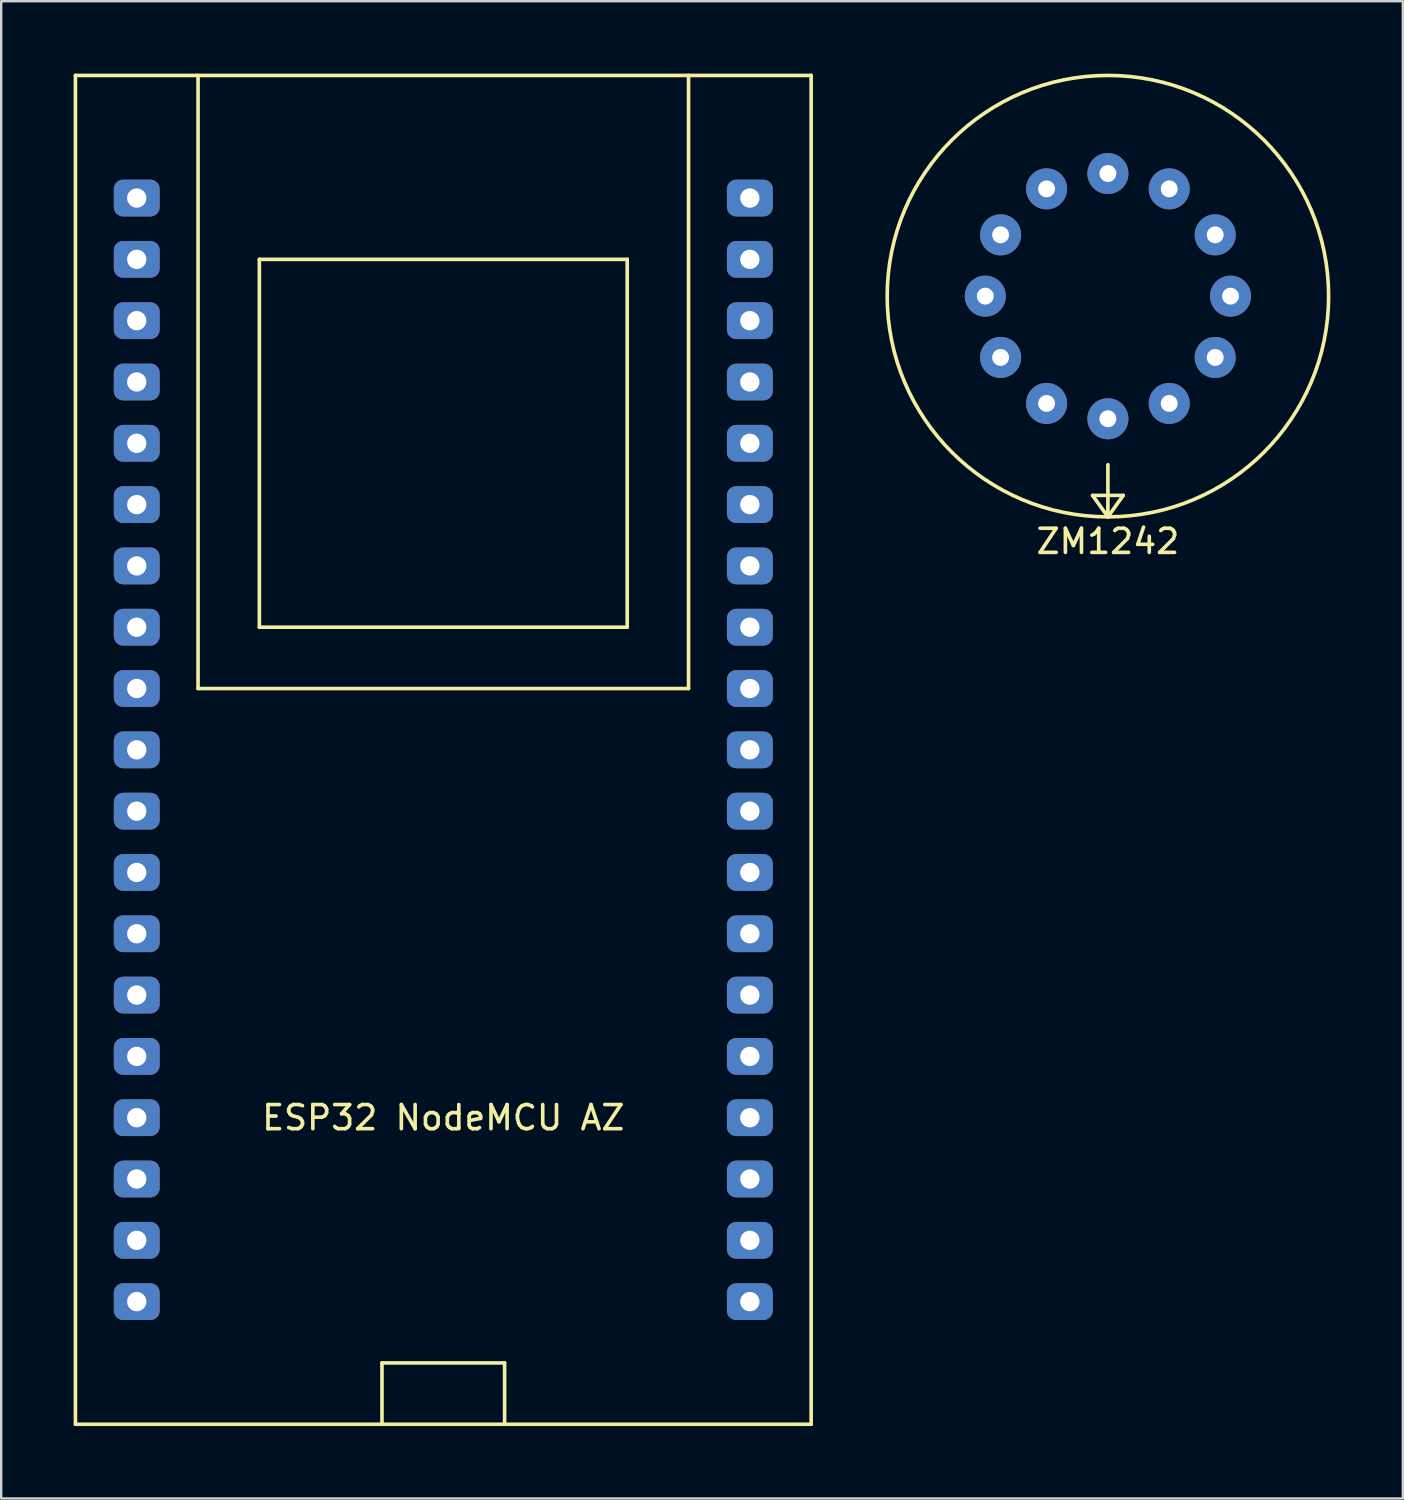
<source format=kicad_pcb>
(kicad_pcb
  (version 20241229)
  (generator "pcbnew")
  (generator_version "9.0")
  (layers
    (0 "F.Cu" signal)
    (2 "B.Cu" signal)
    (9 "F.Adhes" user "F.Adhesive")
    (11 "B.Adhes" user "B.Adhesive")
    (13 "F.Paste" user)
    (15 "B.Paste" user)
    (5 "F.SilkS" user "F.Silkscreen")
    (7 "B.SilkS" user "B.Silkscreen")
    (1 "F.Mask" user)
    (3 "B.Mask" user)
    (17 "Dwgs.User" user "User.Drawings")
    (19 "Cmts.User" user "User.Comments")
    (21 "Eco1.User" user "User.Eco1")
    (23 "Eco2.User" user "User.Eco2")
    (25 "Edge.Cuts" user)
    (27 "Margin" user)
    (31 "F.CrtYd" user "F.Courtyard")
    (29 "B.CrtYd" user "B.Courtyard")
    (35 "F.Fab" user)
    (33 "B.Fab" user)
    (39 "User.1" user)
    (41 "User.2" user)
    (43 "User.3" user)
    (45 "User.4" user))
  (footprint "ZM1242"
    (layer "F.Cu")
    (at 42.849 9.219)
    (property "Reference" "ZM1242" (at 0 10.16 0) (layer "F.SilkS") (effects (font (size 1 1) (thickness 0.15))))
    (attr through_hole)
    (fp_line (start -0.635 8.255) (end 0.635 8.255) (stroke (width 0.15) (type solid)) (layer "F.SilkS"))
    (fp_line (start 0 6.985) (end 0 9.144) (stroke (width 0.15) (type solid)) (layer "F.SilkS"))
    (fp_line (start 0 9.144) (end -0.635 8.255) (stroke (width 0.15) (type solid)) (layer "F.SilkS"))
    (fp_line (start 0.635 8.255) (end 0 9.144) (stroke (width 0.15) (type solid)) (layer "F.SilkS"))
    (fp_circle (center 0 0) (end 9.144 0) (stroke (width 0.15) (type solid)) (fill no) (layer "F.SilkS"))
    (pad "1" thru_hole circle (at -2.54 -4.445) (size 1.7 1.7) (drill 0.7) (layers "*.Cu" "*.Mask"))
    (pad "2" thru_hole circle (at -4.445 -2.54) (size 1.7 1.7) (drill 0.7) (layers "*.Cu" "*.Mask"))
    (pad "3" thru_hole circle (at -5.08 0) (size 1.7 1.7) (drill 0.7) (layers "*.Cu" "*.Mask"))
    (pad "4" thru_hole circle (at -4.445 2.54) (size 1.7 1.7) (drill 0.7) (layers "*.Cu" "*.Mask"))
    (pad "5" thru_hole circle (at -2.54 4.445) (size 1.7 1.7) (drill 0.7) (layers "*.Cu" "*.Mask"))
    (pad "6" thru_hole circle (at 0 5.08) (size 1.7 1.7) (drill 0.7) (layers "*.Cu" "*.Mask"))
    (pad "7" thru_hole circle (at 2.54 4.445) (size 1.7 1.7) (drill 0.7) (layers "*.Cu" "*.Mask"))
    (pad "8" thru_hole circle (at 4.445 2.54) (size 1.7 1.7) (drill 0.7) (layers "*.Cu" "*.Mask"))
    (pad "9" thru_hole circle (at 5.08 0) (size 1.7 1.7) (drill 0.7) (layers "*.Cu" "*.Mask"))
    (pad "10" thru_hole circle (at 4.445 -2.54) (size 1.7 1.7) (drill 0.7) (layers "*.Cu" "*.Mask"))
    (pad "11" thru_hole circle (at 2.54 -4.445) (size 1.7 1.7) (drill 0.7) (layers "*.Cu" "*.Mask"))
    (pad "12" thru_hole circle (at 0 -5.08) (size 1.7 1.7) (drill 0.7) (layers "*.Cu" "*.Mask")))
  (footprint "ESP32 NodeMCU AZ"
    (layer "F.Cu")
    (at 15.315 28.015)
    (property "Reference" "ESP32 NodeMCU AZ" (at 0 15.24 0) (layer "F.SilkS") (effects (font (size 1 1) (thickness 0.15))))
    (attr through_hole)
    (fp_line (start -15.24 -27.94) (end -15.24 27.94) (stroke (width 0.15) (type solid)) (layer "F.SilkS"))
    (fp_line (start -15.24 27.94) (end 15.24 27.94) (stroke (width 0.15) (type solid)) (layer "F.SilkS"))
    (fp_line (start -10.16 -27.94) (end -10.16 -2.54) (stroke (width 0.15) (type solid)) (layer "F.SilkS"))
    (fp_line (start -10.16 -2.54) (end 10.16 -2.54) (stroke (width 0.15) (type solid)) (layer "F.SilkS"))
    (fp_line (start -7.62 -20.32) (end 7.62 -20.32) (stroke (width 0.15) (type solid)) (layer "F.SilkS"))
    (fp_line (start -7.62 -5.08) (end -7.62 -20.32) (stroke (width 0.15) (type solid)) (layer "F.SilkS"))
    (fp_line (start -2.54 25.4) (end 2.54 25.4) (stroke (width 0.15) (type solid)) (layer "F.SilkS"))
    (fp_line (start -2.54 27.94) (end -2.54 25.4) (stroke (width 0.15) (type solid)) (layer "F.SilkS"))
    (fp_line (start 2.54 25.4) (end 2.54 27.94) (stroke (width 0.15) (type solid)) (layer "F.SilkS"))
    (fp_line (start 7.62 -20.32) (end 7.62 -5.08) (stroke (width 0.15) (type solid)) (layer "F.SilkS"))
    (fp_line (start 7.62 -5.08) (end -7.62 -5.08) (stroke (width 0.15) (type solid)) (layer "F.SilkS"))
    (fp_line (start 10.16 -2.54) (end 10.16 -27.94) (stroke (width 0.15) (type solid)) (layer "F.SilkS"))
    (fp_line (start 15.24 -27.94) (end -15.24 -27.94) (stroke (width 0.15) (type solid)) (layer "F.SilkS"))
    (fp_line (start 15.24 27.94) (end 15.24 -27.94) (stroke (width 0.15) (type solid)) (layer "F.SilkS"))
    (pad "1" thru_hole roundrect (at -12.7 -22.86) (size 1.9 1.524) (drill 0.8) (layers "*.Cu" "*.Mask") (roundrect_rratio 0.25))
    (pad "2" thru_hole roundrect (at -12.7 -20.32) (size 1.9 1.524) (drill 0.8) (layers "*.Cu" "*.Mask") (roundrect_rratio 0.25))
    (pad "3" thru_hole roundrect (at -12.7 -17.78) (size 1.9 1.524) (drill 0.8) (layers "*.Cu" "*.Mask") (roundrect_rratio 0.25))
    (pad "4" thru_hole roundrect (at -12.7 -15.24) (size 1.9 1.524) (drill 0.8) (layers "*.Cu" "*.Mask") (roundrect_rratio 0.25))
    (pad "5" thru_hole roundrect (at -12.7 -12.7) (size 1.9 1.524) (drill 0.8) (layers "*.Cu" "*.Mask") (roundrect_rratio 0.25))
    (pad "6" thru_hole roundrect (at -12.7 -10.16) (size 1.9 1.524) (drill 0.8) (layers "*.Cu" "*.Mask") (roundrect_rratio 0.25))
    (pad "7" thru_hole roundrect (at -12.7 -7.62) (size 1.9 1.524) (drill 0.8) (layers "*.Cu" "*.Mask") (roundrect_rratio 0.25))
    (pad "8" thru_hole roundrect (at -12.7 -5.08) (size 1.9 1.524) (drill 0.8) (layers "*.Cu" "*.Mask") (roundrect_rratio 0.25))
    (pad "9" thru_hole roundrect (at -12.7 -2.54) (size 1.9 1.524) (drill 0.8) (layers "*.Cu" "*.Mask") (roundrect_rratio 0.25))
    (pad "10" thru_hole roundrect (at -12.7 0) (size 1.9 1.524) (drill 0.8) (layers "*.Cu" "*.Mask") (roundrect_rratio 0.25))
    (pad "11" thru_hole roundrect (at -12.7 2.54) (size 1.9 1.524) (drill 0.8) (layers "*.Cu" "*.Mask") (roundrect_rratio 0.25))
    (pad "12" thru_hole roundrect (at -12.7 5.08) (size 1.9 1.524) (drill 0.8) (layers "*.Cu" "*.Mask") (roundrect_rratio 0.25))
    (pad "13" thru_hole roundrect (at -12.7 7.62) (size 1.9 1.524) (drill 0.8) (layers "*.Cu" "*.Mask") (roundrect_rratio 0.25))
    (pad "14" thru_hole roundrect (at -12.7 10.16) (size 1.9 1.524) (drill 0.8) (layers "*.Cu" "*.Mask") (roundrect_rratio 0.25))
    (pad "15" thru_hole roundrect (at -12.7 12.7) (size 1.9 1.524) (drill 0.8) (layers "*.Cu" "*.Mask") (roundrect_rratio 0.25))
    (pad "16" thru_hole roundrect (at -12.7 15.24) (size 1.9 1.524) (drill 0.8) (layers "*.Cu" "*.Mask") (roundrect_rratio 0.25))
    (pad "17" thru_hole roundrect (at -12.7 17.78) (size 1.9 1.524) (drill 0.8) (layers "*.Cu" "*.Mask") (roundrect_rratio 0.25))
    (pad "18" thru_hole roundrect (at -12.7 20.32) (size 1.9 1.524) (drill 0.8) (layers "*.Cu" "*.Mask") (roundrect_rratio 0.25))
    (pad "19" thru_hole roundrect (at -12.7 22.86) (size 1.9 1.524) (drill 0.8) (layers "*.Cu" "*.Mask") (roundrect_rratio 0.25))
    (pad "20" thru_hole roundrect (at 12.7 22.86) (size 1.9 1.524) (drill 0.8) (layers "*.Cu" "*.Mask") (roundrect_rratio 0.25))
    (pad "21" thru_hole roundrect (at 12.7 20.32) (size 1.9 1.524) (drill 0.8) (layers "*.Cu" "*.Mask") (roundrect_rratio 0.25))
    (pad "22" thru_hole roundrect (at 12.7 17.78) (size 1.9 1.524) (drill 0.8) (layers "*.Cu" "*.Mask") (roundrect_rratio 0.25))
    (pad "23" thru_hole roundrect (at 12.7 15.24) (size 1.9 1.524) (drill 0.8) (layers "*.Cu" "*.Mask") (roundrect_rratio 0.25))
    (pad "24" thru_hole roundrect (at 12.7 12.7) (size 1.9 1.524) (drill 0.8) (layers "*.Cu" "*.Mask") (roundrect_rratio 0.25))
    (pad "25" thru_hole roundrect (at 12.7 10.16) (size 1.9 1.524) (drill 0.8) (layers "*.Cu" "*.Mask") (roundrect_rratio 0.25))
    (pad "26" thru_hole roundrect (at 12.7 7.62) (size 1.9 1.524) (drill 0.8) (layers "*.Cu" "*.Mask") (roundrect_rratio 0.25))
    (pad "27" thru_hole roundrect (at 12.7 5.08) (size 1.9 1.524) (drill 0.8) (layers "*.Cu" "*.Mask") (roundrect_rratio 0.25))
    (pad "28" thru_hole roundrect (at 12.7 2.54) (size 1.9 1.524) (drill 0.8) (layers "*.Cu" "*.Mask") (roundrect_rratio 0.25))
    (pad "29" thru_hole roundrect (at 12.7 0) (size 1.9 1.524) (drill 0.8) (layers "*.Cu" "*.Mask") (roundrect_rratio 0.25))
    (pad "30" thru_hole roundrect (at 12.7 -2.54) (size 1.9 1.524) (drill 0.8) (layers "*.Cu" "*.Mask") (roundrect_rratio 0.25))
    (pad "31" thru_hole roundrect (at 12.7 -5.08) (size 1.9 1.524) (drill 0.8) (layers "*.Cu" "*.Mask") (roundrect_rratio 0.25))
    (pad "32" thru_hole roundrect (at 12.7 -7.62) (size 1.9 1.524) (drill 0.8) (layers "*.Cu" "*.Mask") (roundrect_rratio 0.25))
    (pad "33" thru_hole roundrect (at 12.7 -10.16) (size 1.9 1.524) (drill 0.8) (layers "*.Cu" "*.Mask") (roundrect_rratio 0.25))
    (pad "34" thru_hole roundrect (at 12.7 -12.7) (size 1.9 1.524) (drill 0.8) (layers "*.Cu" "*.Mask") (roundrect_rratio 0.25))
    (pad "35" thru_hole roundrect (at 12.7 -15.24) (size 1.9 1.524) (drill 0.8) (layers "*.Cu" "*.Mask") (roundrect_rratio 0.25))
    (pad "36" thru_hole roundrect (at 12.7 -17.78) (size 1.9 1.524) (drill 0.8) (layers "*.Cu" "*.Mask") (roundrect_rratio 0.25))
    (pad "37" thru_hole roundrect (at 12.7 -20.32) (size 1.9 1.524) (drill 0.8) (layers "*.Cu" "*.Mask") (roundrect_rratio 0.25))
    (pad "38" thru_hole roundrect (at 12.7 -22.86) (size 1.9 1.524) (drill 0.8) (layers "*.Cu" "*.Mask") (roundrect_rratio 0.25)))
  (gr_rect
    (start -3 -3)
    (end 55.068 59.03)
    (stroke (width 0.1) (type default))
    (fill no)
    (layer "Edge.Cuts")))
</source>
